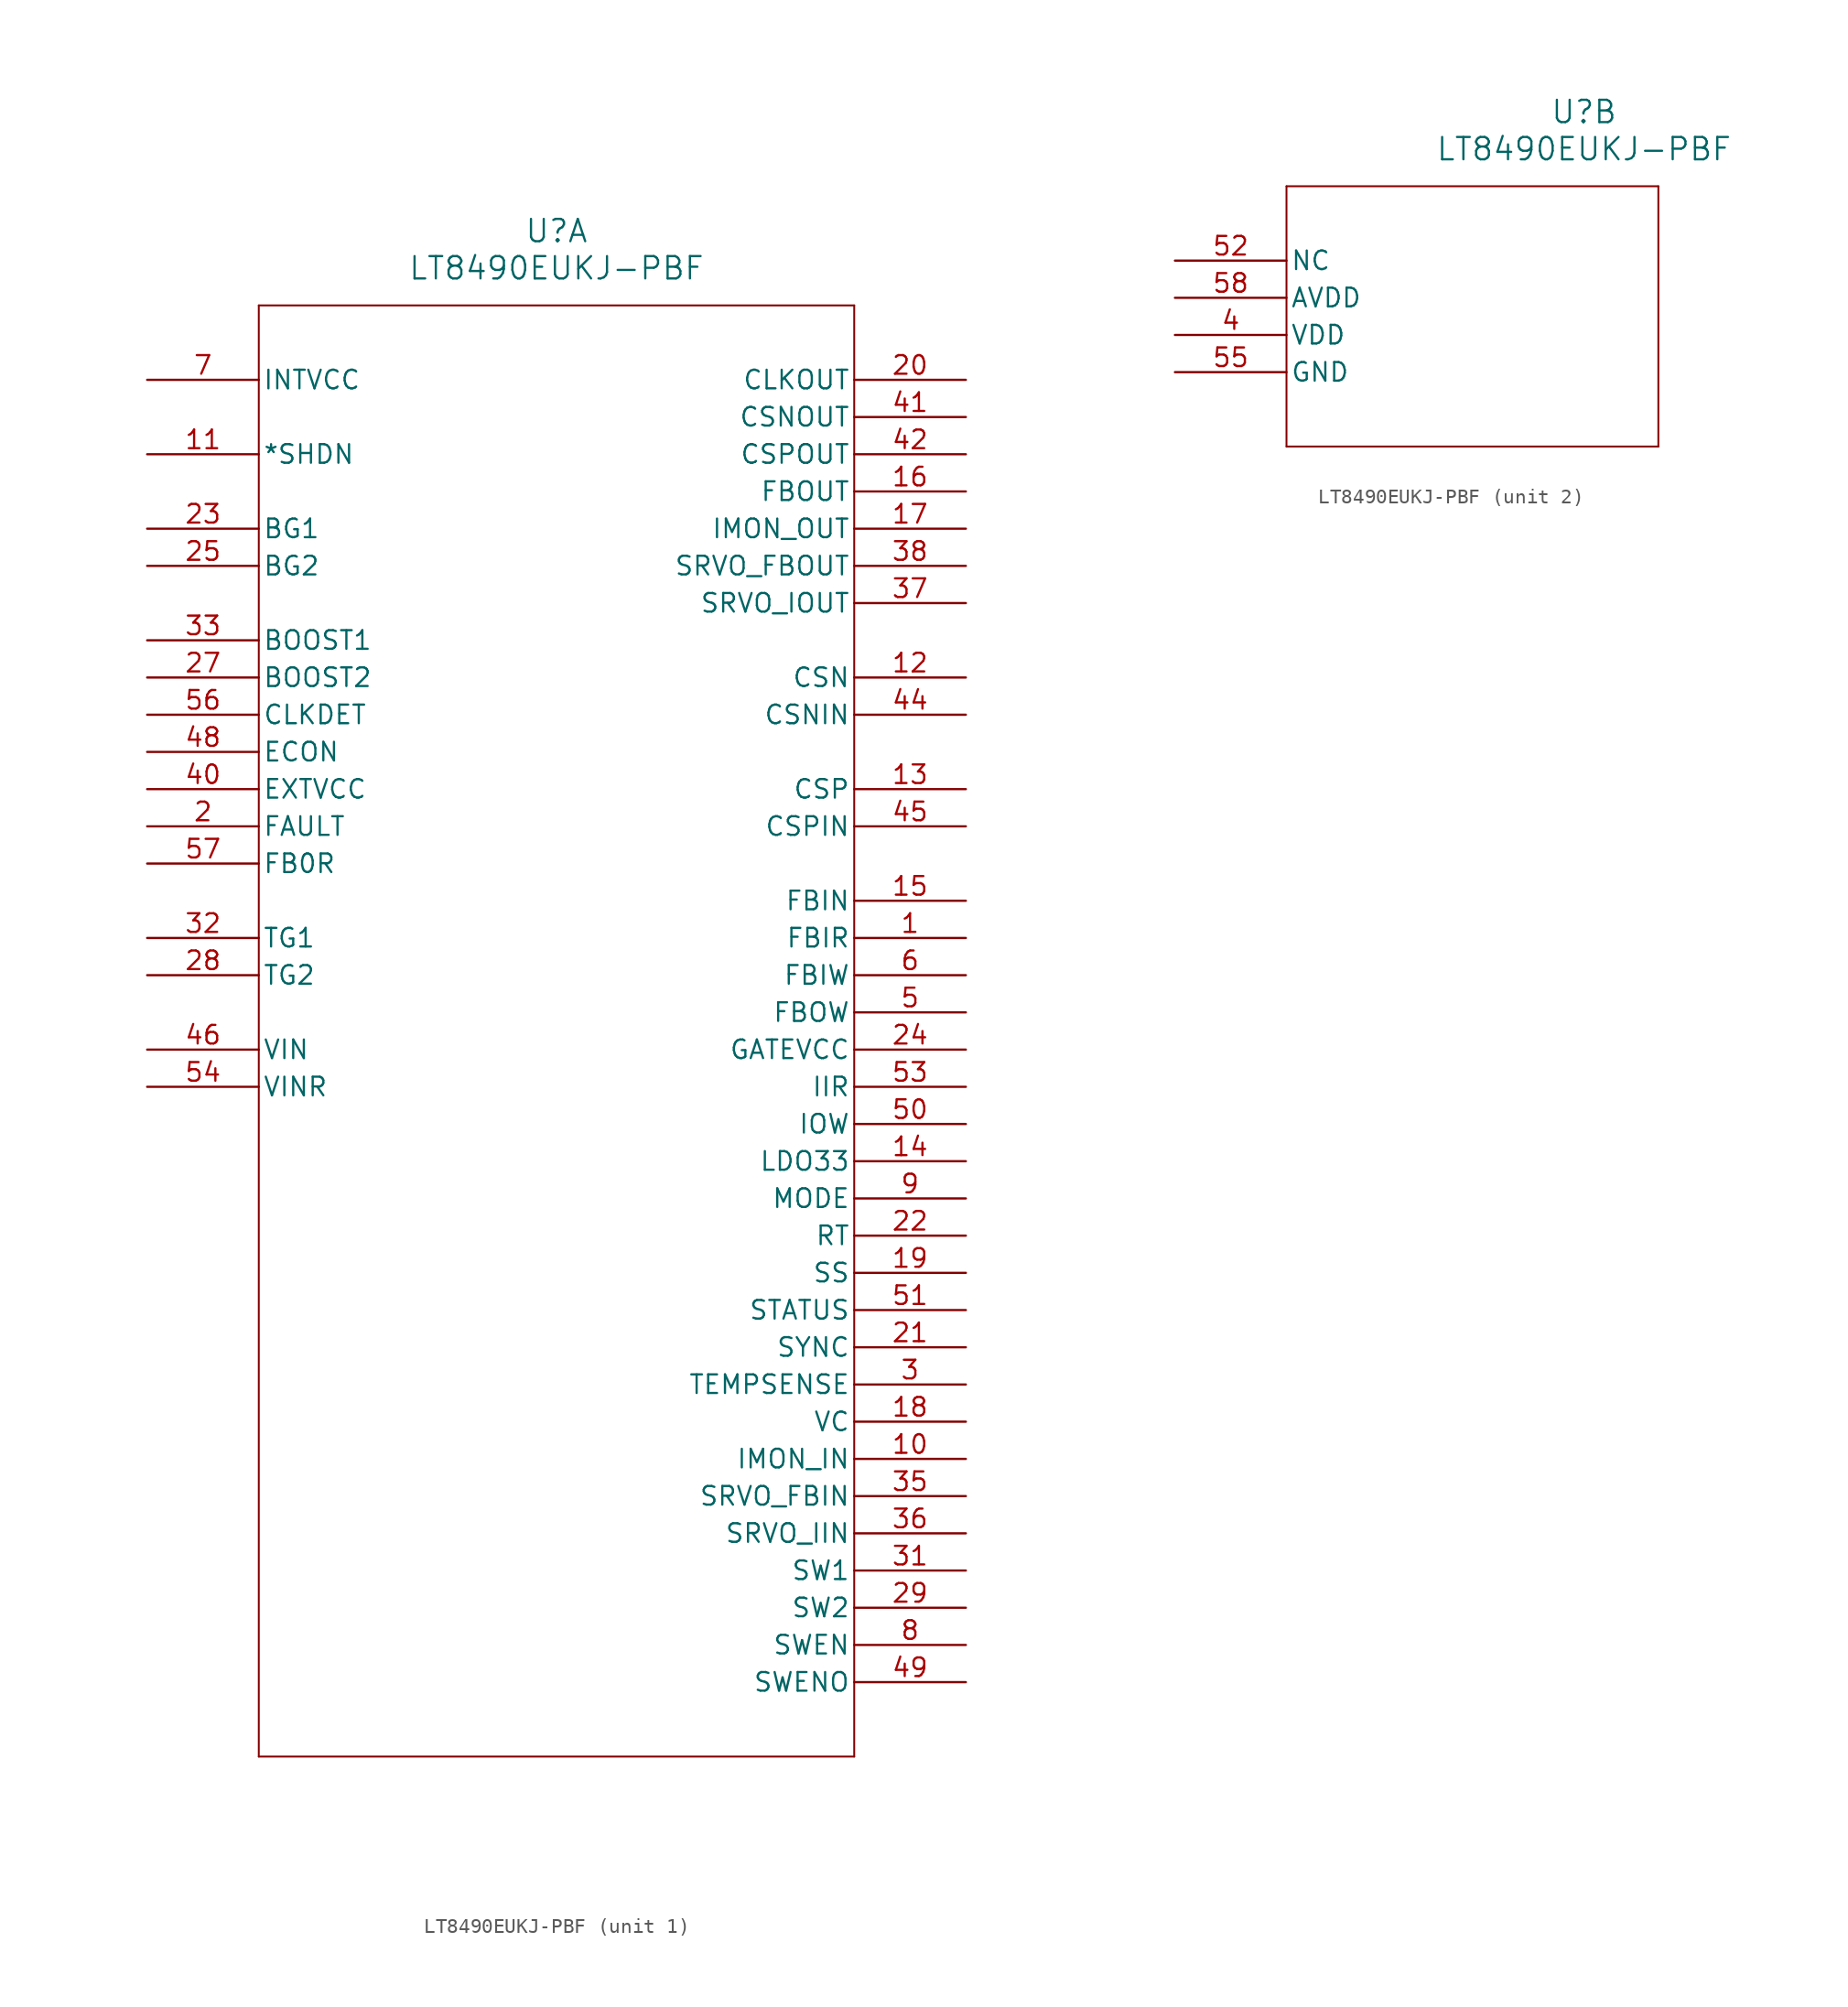
<source format=kicad_sym>
(kicad_symbol_lib
  (version 20211014)
  (generator kicad_symbol_editor)
  (symbol "LT8490EUKJ-PBF"
    (pin_names
      (offset 0.254))
    (property "Reference" "U"
      (at 27.94 10.16 0)
      (effects (font (size 1.524 1.524))))
    (property "Value" "LT8490EUKJ-PBF"
      (at 27.94 7.62 0)
      (effects (font (size 1.524 1.524))))
    (symbol "LT8490EUKJ-PBF_1_1"
      (polyline (pts (xy 7.62 5.08) (xy 7.62 -93.98)) (stroke (width 0.127) (type default) (color 0 0 0 0)) (fill (type none)))
      (polyline (pts (xy 7.62 -93.98) (xy 48.26 -93.98)) (stroke (width 0.127) (type default) (color 0 0 0 0)) (fill (type none)))
      (polyline (pts (xy 48.26 -93.98) (xy 48.26 5.08)) (stroke (width 0.127) (type default) (color 0 0 0 0)) (fill (type none)))
      (polyline (pts (xy 48.26 5.08) (xy 7.62 5.08)) (stroke (width 0.127) (type default) (color 0 0 0 0)) (fill (type none)))
      (pin unspecified line (at 55.88 -38.1 180) (length 7.62) (name "FBIR" (effects (font (size 1.27 1.27)))) (number "1" (effects (font (size 1.27 1.27)))))
      (pin unspecified line (at 0 -30.48 0) (length 7.62) (name "FAULT" (effects (font (size 1.27 1.27)))) (number "2" (effects (font (size 1.27 1.27)))))
      (pin unspecified line (at 55.88 -68.58 180) (length 7.62) (name "TEMPSENSE" (effects (font (size 1.27 1.27)))) (number "3" (effects (font (size 1.27 1.27)))))
      (pin unspecified line (at 55.88 -43.18 180) (length 7.62) (name "FBOW" (effects (font (size 1.27 1.27)))) (number "5" (effects (font (size 1.27 1.27)))))
      (pin unspecified line (at 55.88 -40.64 180) (length 7.62) (name "FBIW" (effects (font (size 1.27 1.27)))) (number "6" (effects (font (size 1.27 1.27)))))
      (pin unspecified line (at 0 0 0) (length 7.62) (name "INTVCC" (effects (font (size 1.27 1.27)))) (number "7" (effects (font (size 1.27 1.27)))))
      (pin unspecified line (at 55.88 -86.36 180) (length 7.62) (name "SWEN" (effects (font (size 1.27 1.27)))) (number "8" (effects (font (size 1.27 1.27)))))
      (pin unspecified line (at 55.88 -55.88 180) (length 7.62) (name "MODE" (effects (font (size 1.27 1.27)))) (number "9" (effects (font (size 1.27 1.27)))))
      (pin unspecified line (at 55.88 -73.66 180) (length 7.62) (name "IMON_IN" (effects (font (size 1.27 1.27)))) (number "10" (effects (font (size 1.27 1.27)))))
      (pin unspecified line (at 0 -5.08 0) (length 7.62) (name "*SHDN" (effects (font (size 1.27 1.27)))) (number "11" (effects (font (size 1.27 1.27)))))
      (pin unspecified line (at 55.88 -20.32 180) (length 7.62) (name "CSN" (effects (font (size 1.27 1.27)))) (number "12" (effects (font (size 1.27 1.27)))))
      (pin unspecified line (at 55.88 -27.94 180) (length 7.62) (name "CSP" (effects (font (size 1.27 1.27)))) (number "13" (effects (font (size 1.27 1.27)))))
      (pin unspecified line (at 55.88 -53.34 180) (length 7.62) (name "LDO33" (effects (font (size 1.27 1.27)))) (number "14" (effects (font (size 1.27 1.27)))))
      (pin unspecified line (at 55.88 -35.56 180) (length 7.62) (name "FBIN" (effects (font (size 1.27 1.27)))) (number "15" (effects (font (size 1.27 1.27)))))
      (pin unspecified line (at 55.88 -7.62 180) (length 7.62) (name "FBOUT" (effects (font (size 1.27 1.27)))) (number "16" (effects (font (size 1.27 1.27)))))
      (pin unspecified line (at 55.88 -10.16 180) (length 7.62) (name "IMON_OUT" (effects (font (size 1.27 1.27)))) (number "17" (effects (font (size 1.27 1.27)))))
      (pin unspecified line (at 55.88 -71.12 180) (length 7.62) (name "VC" (effects (font (size 1.27 1.27)))) (number "18" (effects (font (size 1.27 1.27)))))
      (pin unspecified line (at 55.88 -60.96 180) (length 7.62) (name "SS" (effects (font (size 1.27 1.27)))) (number "19" (effects (font (size 1.27 1.27)))))
      (pin unspecified line (at 55.88 0 180) (length 7.62) (name "CLKOUT" (effects (font (size 1.27 1.27)))) (number "20" (effects (font (size 1.27 1.27)))))
      (pin unspecified line (at 55.88 -66.04 180) (length 7.62) (name "SYNC" (effects (font (size 1.27 1.27)))) (number "21" (effects (font (size 1.27 1.27)))))
      (pin unspecified line (at 55.88 -58.42 180) (length 7.62) (name "RT" (effects (font (size 1.27 1.27)))) (number "22" (effects (font (size 1.27 1.27)))))
      (pin unspecified line (at 0 -10.16 0) (length 7.62) (name "BG1" (effects (font (size 1.27 1.27)))) (number "23" (effects (font (size 1.27 1.27)))))
      (pin unspecified line (at 55.88 -45.72 180) (length 7.62) (name "GATEVCC" (effects (font (size 1.27 1.27)))) (number "24" (effects (font (size 1.27 1.27)))))
      (pin unspecified line (at 0 -12.7 0) (length 7.62) (name "BG2" (effects (font (size 1.27 1.27)))) (number "25" (effects (font (size 1.27 1.27)))))
      (pin unspecified line (at 0 -20.32 0) (length 7.62) (name "BOOST2" (effects (font (size 1.27 1.27)))) (number "27" (effects (font (size 1.27 1.27)))))
      (pin unspecified line (at 0 -40.64 0) (length 7.62) (name "TG2" (effects (font (size 1.27 1.27)))) (number "28" (effects (font (size 1.27 1.27)))))
      (pin unspecified line (at 55.88 -83.82 180) (length 7.62) (name "SW2" (effects (font (size 1.27 1.27)))) (number "29" (effects (font (size 1.27 1.27)))))
      (pin unspecified line (at 55.88 -81.28 180) (length 7.62) (name "SW1" (effects (font (size 1.27 1.27)))) (number "31" (effects (font (size 1.27 1.27)))))
      (pin unspecified line (at 0 -38.1 0) (length 7.62) (name "TG1" (effects (font (size 1.27 1.27)))) (number "32" (effects (font (size 1.27 1.27)))))
      (pin unspecified line (at 0 -17.78 0) (length 7.62) (name "BOOST1" (effects (font (size 1.27 1.27)))) (number "33" (effects (font (size 1.27 1.27)))))
      (pin unspecified line (at 55.88 -76.2 180) (length 7.62) (name "SRVO_FBIN" (effects (font (size 1.27 1.27)))) (number "35" (effects (font (size 1.27 1.27)))))
      (pin unspecified line (at 55.88 -78.74 180) (length 7.62) (name "SRVO_IIN" (effects (font (size 1.27 1.27)))) (number "36" (effects (font (size 1.27 1.27)))))
      (pin unspecified line (at 55.88 -15.24 180) (length 7.62) (name "SRVO_IOUT" (effects (font (size 1.27 1.27)))) (number "37" (effects (font (size 1.27 1.27)))))
      (pin unspecified line (at 55.88 -12.7 180) (length 7.62) (name "SRVO_FBOUT" (effects (font (size 1.27 1.27)))) (number "38" (effects (font (size 1.27 1.27)))))
      (pin unspecified line (at 0 -27.94 0) (length 7.62) (name "EXTVCC" (effects (font (size 1.27 1.27)))) (number "40" (effects (font (size 1.27 1.27)))))
      (pin unspecified line (at 55.88 -2.54 180) (length 7.62) (name "CSNOUT" (effects (font (size 1.27 1.27)))) (number "41" (effects (font (size 1.27 1.27)))))
      (pin unspecified line (at 55.88 -5.08 180) (length 7.62) (name "CSPOUT" (effects (font (size 1.27 1.27)))) (number "42" (effects (font (size 1.27 1.27)))))
      (pin unspecified line (at 55.88 -22.86 180) (length 7.62) (name "CSNIN" (effects (font (size 1.27 1.27)))) (number "44" (effects (font (size 1.27 1.27)))))
      (pin unspecified line (at 55.88 -30.48 180) (length 7.62) (name "CSPIN" (effects (font (size 1.27 1.27)))) (number "45" (effects (font (size 1.27 1.27)))))
      (pin unspecified line (at 0 -45.72 0) (length 7.62) (name "VIN" (effects (font (size 1.27 1.27)))) (number "46" (effects (font (size 1.27 1.27)))))
      (pin unspecified line (at 0 -25.4 0) (length 7.62) (name "ECON" (effects (font (size 1.27 1.27)))) (number "48" (effects (font (size 1.27 1.27)))))
      (pin unspecified line (at 55.88 -88.9 180) (length 7.62) (name "SWENO" (effects (font (size 1.27 1.27)))) (number "49" (effects (font (size 1.27 1.27)))))
      (pin unspecified line (at 55.88 -50.8 180) (length 7.62) (name "IOW" (effects (font (size 1.27 1.27)))) (number "50" (effects (font (size 1.27 1.27)))))
      (pin unspecified line (at 55.88 -63.5 180) (length 7.62) (name "STATUS" (effects (font (size 1.27 1.27)))) (number "51" (effects (font (size 1.27 1.27)))))
      (pin unspecified line (at 55.88 -48.26 180) (length 7.62) (name "IIR" (effects (font (size 1.27 1.27)))) (number "53" (effects (font (size 1.27 1.27)))))
      (pin unspecified line (at 0 -48.26 0) (length 7.62) (name "VINR" (effects (font (size 1.27 1.27)))) (number "54" (effects (font (size 1.27 1.27)))))
      (pin unspecified line (at 0 -22.86 0) (length 7.62) (name "CLKDET" (effects (font (size 1.27 1.27)))) (number "56" (effects (font (size 1.27 1.27)))))
      (pin unspecified line (at 0 -33.02 0) (length 7.62) (name "FB0R" (effects (font (size 1.27 1.27)))) (number "57" (effects (font (size 1.27 1.27))))))
    (symbol "LT8490EUKJ-PBF_2_1"
      (polyline (pts (xy 7.62 5.08) (xy 7.62 -12.7)) (stroke (width 0.127) (type default) (color 0 0 0 0)) (fill (type none)))
      (polyline (pts (xy 7.62 -12.7) (xy 33.02 -12.7)) (stroke (width 0.127) (type default) (color 0 0 0 0)) (fill (type none)))
      (polyline (pts (xy 33.02 -12.7) (xy 33.02 5.08)) (stroke (width 0.127) (type default) (color 0 0 0 0)) (fill (type none)))
      (polyline (pts (xy 33.02 5.08) (xy 7.62 5.08)) (stroke (width 0.127) (type default) (color 0 0 0 0)) (fill (type none)))
      (pin unspecified line (at 0 -5.08 0) (length 7.62) (name "VDD" (effects (font (size 1.27 1.27)))) (number "4" (effects (font (size 1.27 1.27)))))
      (pin unspecified line (at 0 0 0) (length 7.62) (name "NC" (effects (font (size 1.27 1.27)))) (number "52" (effects (font (size 1.27 1.27)))))
      (pin unspecified line (at 0 -7.62 0) (length 7.62) (name "GND" (effects (font (size 1.27 1.27)))) (number "55" (effects (font (size 1.27 1.27)))))
      (pin unspecified line (at 0 -2.54 0) (length 7.62) (name "AVDD" (effects (font (size 1.27 1.27)))) (number "58" (effects (font (size 1.27 1.27))))))))
</source>
